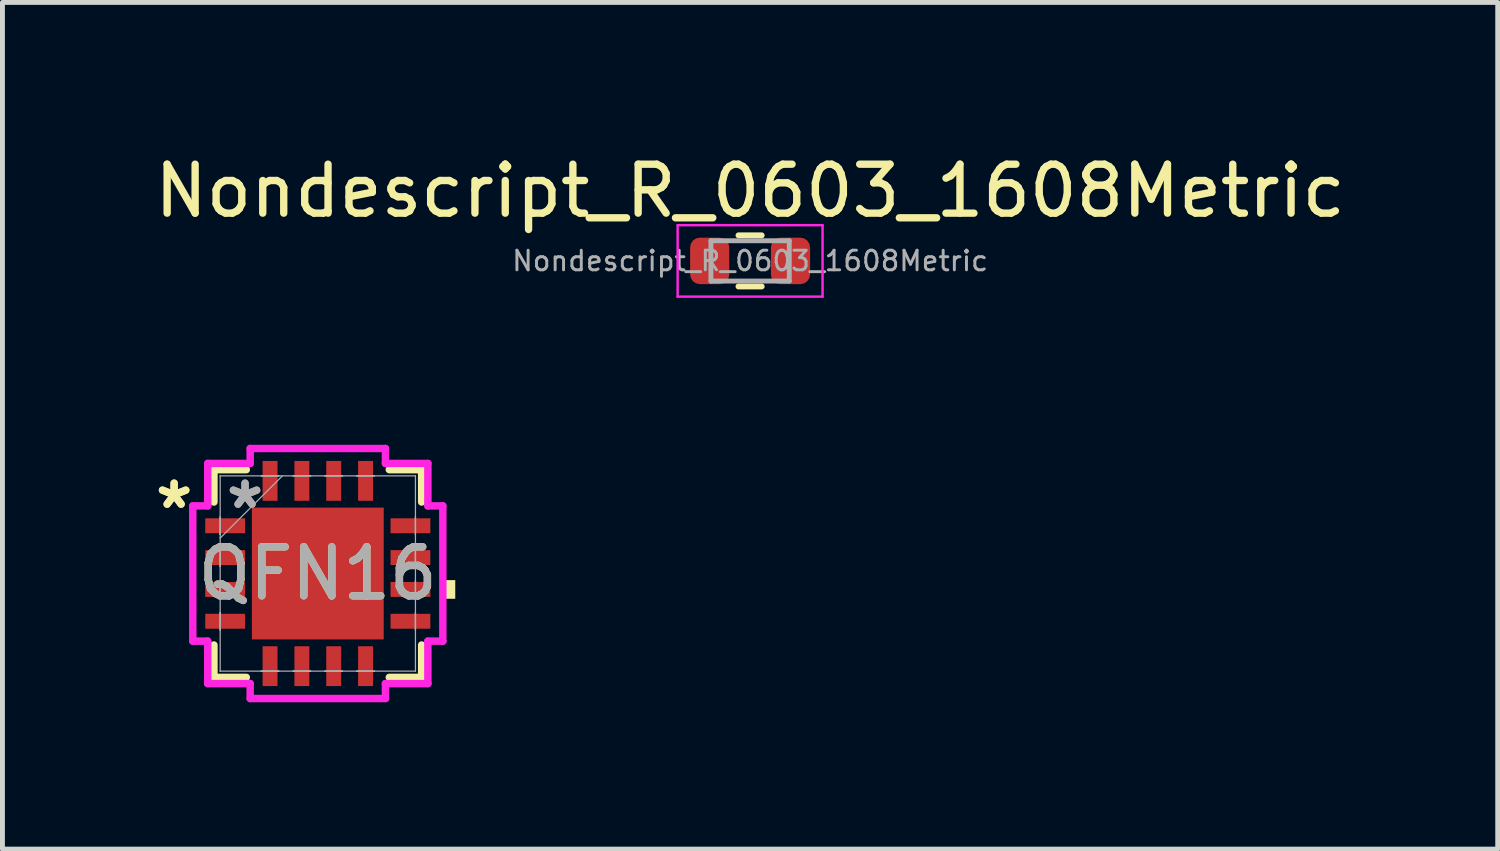
<source format=kicad_pcb>
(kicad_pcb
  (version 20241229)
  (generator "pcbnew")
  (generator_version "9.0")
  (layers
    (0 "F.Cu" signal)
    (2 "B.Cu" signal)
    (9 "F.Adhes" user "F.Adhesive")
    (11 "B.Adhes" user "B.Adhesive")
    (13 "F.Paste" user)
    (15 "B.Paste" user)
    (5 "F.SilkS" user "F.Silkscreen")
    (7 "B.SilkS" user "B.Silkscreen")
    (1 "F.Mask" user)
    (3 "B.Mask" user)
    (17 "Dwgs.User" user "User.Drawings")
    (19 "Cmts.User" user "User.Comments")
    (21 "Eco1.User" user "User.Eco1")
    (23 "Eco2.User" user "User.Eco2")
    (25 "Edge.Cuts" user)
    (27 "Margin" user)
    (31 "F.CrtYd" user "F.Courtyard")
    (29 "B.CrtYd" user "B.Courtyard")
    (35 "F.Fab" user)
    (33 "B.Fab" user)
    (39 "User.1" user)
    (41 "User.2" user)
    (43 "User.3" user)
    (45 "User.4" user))
  (footprint "QFN16"
    (layer "F.Cu")
    (at 3.44 8.662)
    (property "Reference" "QFN16" (at 0 0 0) (unlocked yes) (layer "F.SilkS") (effects (font (size 1 1) (thickness 0.15))))
    (attr smd)
    (fp_line (start -2.121 -2.121) (end -2.121 -1.46) (stroke (width 0.152) (type solid)) (layer "F.SilkS"))
    (fp_line (start -2.121 1.46) (end -2.121 2.121) (stroke (width 0.152) (type solid)) (layer "F.SilkS"))
    (fp_line (start -2.121 2.121) (end -1.46 2.121) (stroke (width 0.152) (type solid)) (layer "F.SilkS"))
    (fp_line (start -1.46 -2.121) (end -2.121 -2.121) (stroke (width 0.152) (type solid)) (layer "F.SilkS"))
    (fp_line (start 1.46 2.121) (end 2.121 2.121) (stroke (width 0.152) (type solid)) (layer "F.SilkS"))
    (fp_line (start 2.121 -2.121) (end 1.46 -2.121) (stroke (width 0.152) (type solid)) (layer "F.SilkS"))
    (fp_line (start 2.121 -1.46) (end 2.121 -2.121) (stroke (width 0.152) (type solid)) (layer "F.SilkS"))
    (fp_line (start 2.121 2.121) (end 2.121 1.46) (stroke (width 0.152) (type solid)) (layer "F.SilkS"))
    (fp_poly (pts (xy 2.807 0.135) (xy 2.807 0.516) (xy 2.553 0.516) (xy 2.553 0.135)) (stroke (width 0) (type solid)) (fill yes) (layer "F.SilkS"))
    (fp_poly (pts (xy -1.246 -1.246) (xy -1.246 -0.1) (xy -0.1 -0.1) (xy -0.1 -1.246)) (stroke (width 0) (type solid)) (fill yes) (layer "F.Paste"))
    (fp_poly (pts (xy -1.246 0.1) (xy -1.246 1.246) (xy -0.1 1.246) (xy -0.1 0.1)) (stroke (width 0) (type solid)) (fill yes) (layer "F.Paste"))
    (fp_poly (pts (xy 0.1 -1.246) (xy 0.1 -0.1) (xy 1.246 -0.1) (xy 1.246 -1.246)) (stroke (width 0) (type solid)) (fill yes) (layer "F.Paste"))
    (fp_poly (pts (xy 0.1 0.1) (xy 0.1 1.246) (xy 1.246 1.246) (xy 1.246 0.1)) (stroke (width 0) (type solid)) (fill yes) (layer "F.Paste"))
    (fp_line (start -2.553 -1.381) (end -2.248 -1.381) (stroke (width 0.152) (type solid)) (layer "F.CrtYd"))
    (fp_line (start -2.553 1.381) (end -2.553 -1.381) (stroke (width 0.152) (type solid)) (layer "F.CrtYd"))
    (fp_line (start -2.248 -2.248) (end -1.381 -2.248) (stroke (width 0.152) (type solid)) (layer "F.CrtYd"))
    (fp_line (start -2.248 -1.381) (end -2.248 -2.248) (stroke (width 0.152) (type solid)) (layer "F.CrtYd"))
    (fp_line (start -2.248 1.381) (end -2.553 1.381) (stroke (width 0.152) (type solid)) (layer "F.CrtYd"))
    (fp_line (start -2.248 2.248) (end -2.248 1.381) (stroke (width 0.152) (type solid)) (layer "F.CrtYd"))
    (fp_line (start -1.381 -2.553) (end 1.381 -2.553) (stroke (width 0.152) (type solid)) (layer "F.CrtYd"))
    (fp_line (start -1.381 -2.248) (end -1.381 -2.553) (stroke (width 0.152) (type solid)) (layer "F.CrtYd"))
    (fp_line (start -1.381 2.248) (end -2.248 2.248) (stroke (width 0.152) (type solid)) (layer "F.CrtYd"))
    (fp_line (start -1.381 2.553) (end -1.381 2.248) (stroke (width 0.152) (type solid)) (layer "F.CrtYd"))
    (fp_line (start 1.381 -2.553) (end 1.381 -2.248) (stroke (width 0.152) (type solid)) (layer "F.CrtYd"))
    (fp_line (start 1.381 -2.248) (end 2.248 -2.248) (stroke (width 0.152) (type solid)) (layer "F.CrtYd"))
    (fp_line (start 1.381 2.248) (end 1.381 2.553) (stroke (width 0.152) (type solid)) (layer "F.CrtYd"))
    (fp_line (start 1.381 2.553) (end -1.381 2.553) (stroke (width 0.152) (type solid)) (layer "F.CrtYd"))
    (fp_line (start 2.248 -2.248) (end 2.248 -1.381) (stroke (width 0.152) (type solid)) (layer "F.CrtYd"))
    (fp_line (start 2.248 -1.381) (end 2.553 -1.381) (stroke (width 0.152) (type solid)) (layer "F.CrtYd"))
    (fp_line (start 2.248 1.381) (end 2.248 2.248) (stroke (width 0.152) (type solid)) (layer "F.CrtYd"))
    (fp_line (start 2.248 2.248) (end 1.381 2.248) (stroke (width 0.152) (type solid)) (layer "F.CrtYd"))
    (fp_line (start 2.553 -1.381) (end 2.553 1.381) (stroke (width 0.152) (type solid)) (layer "F.CrtYd"))
    (fp_line (start 2.553 1.381) (end 2.248 1.381) (stroke (width 0.152) (type solid)) (layer "F.CrtYd"))
    (fp_line (start -1.994 -1.994) (end -1.994 -1.994) (stroke (width 0.025) (type solid)) (layer "F.Fab"))
    (fp_line (start -1.994 -1.994) (end -1.994 1.994) (stroke (width 0.025) (type solid)) (layer "F.Fab"))
    (fp_line (start -1.994 -1.153) (end -1.994 -1.153) (stroke (width 0.025) (type solid)) (layer "F.Fab"))
    (fp_line (start -1.994 -1.153) (end -1.994 -0.797) (stroke (width 0.025) (type solid)) (layer "F.Fab"))
    (fp_line (start -1.994 -0.797) (end -1.994 -1.153) (stroke (width 0.025) (type solid)) (layer "F.Fab"))
    (fp_line (start -1.994 -0.797) (end -1.994 -0.797) (stroke (width 0.025) (type solid)) (layer "F.Fab"))
    (fp_line (start -1.994 -0.724) (end -0.724 -1.994) (stroke (width 0.025) (type solid)) (layer "F.Fab"))
    (fp_line (start -1.994 -0.503) (end -1.994 -0.503) (stroke (width 0.025) (type solid)) (layer "F.Fab"))
    (fp_line (start -1.994 -0.503) (end -1.994 -0.147) (stroke (width 0.025) (type solid)) (layer "F.Fab"))
    (fp_line (start -1.994 -0.147) (end -1.994 -0.503) (stroke (width 0.025) (type solid)) (layer "F.Fab"))
    (fp_line (start -1.994 -0.147) (end -1.994 -0.147) (stroke (width 0.025) (type solid)) (layer "F.Fab"))
    (fp_line (start -1.994 0.147) (end -1.994 0.147) (stroke (width 0.025) (type solid)) (layer "F.Fab"))
    (fp_line (start -1.994 0.147) (end -1.994 0.503) (stroke (width 0.025) (type solid)) (layer "F.Fab"))
    (fp_line (start -1.994 0.503) (end -1.994 0.147) (stroke (width 0.025) (type solid)) (layer "F.Fab"))
    (fp_line (start -1.994 0.503) (end -1.994 0.503) (stroke (width 0.025) (type solid)) (layer "F.Fab"))
    (fp_line (start -1.994 0.797) (end -1.994 0.797) (stroke (width 0.025) (type solid)) (layer "F.Fab"))
    (fp_line (start -1.994 0.797) (end -1.994 1.153) (stroke (width 0.025) (type solid)) (layer "F.Fab"))
    (fp_line (start -1.994 1.153) (end -1.994 0.797) (stroke (width 0.025) (type solid)) (layer "F.Fab"))
    (fp_line (start -1.994 1.153) (end -1.994 1.153) (stroke (width 0.025) (type solid)) (layer "F.Fab"))
    (fp_line (start -1.994 1.994) (end -1.994 1.994) (stroke (width 0.025) (type solid)) (layer "F.Fab"))
    (fp_line (start -1.994 1.994) (end 1.994 1.994) (stroke (width 0.025) (type solid)) (layer "F.Fab"))
    (fp_line (start -1.153 -1.994) (end -1.153 -1.994) (stroke (width 0.025) (type solid)) (layer "F.Fab"))
    (fp_line (start -1.153 -1.994) (end -0.797 -1.994) (stroke (width 0.025) (type solid)) (layer "F.Fab"))
    (fp_line (start -1.153 1.994) (end -1.153 1.994) (stroke (width 0.025) (type solid)) (layer "F.Fab"))
    (fp_line (start -1.153 1.994) (end -0.797 1.994) (stroke (width 0.025) (type solid)) (layer "F.Fab"))
    (fp_line (start -0.797 -1.994) (end -1.153 -1.994) (stroke (width 0.025) (type solid)) (layer "F.Fab"))
    (fp_line (start -0.797 -1.994) (end -0.797 -1.994) (stroke (width 0.025) (type solid)) (layer "F.Fab"))
    (fp_line (start -0.797 1.994) (end -1.153 1.994) (stroke (width 0.025) (type solid)) (layer "F.Fab"))
    (fp_line (start -0.797 1.994) (end -0.797 1.994) (stroke (width 0.025) (type solid)) (layer "F.Fab"))
    (fp_line (start -0.503 -1.994) (end -0.503 -1.994) (stroke (width 0.025) (type solid)) (layer "F.Fab"))
    (fp_line (start -0.503 -1.994) (end -0.147 -1.994) (stroke (width 0.025) (type solid)) (layer "F.Fab"))
    (fp_line (start -0.503 1.994) (end -0.503 1.994) (stroke (width 0.025) (type solid)) (layer "F.Fab"))
    (fp_line (start -0.503 1.994) (end -0.147 1.994) (stroke (width 0.025) (type solid)) (layer "F.Fab"))
    (fp_line (start -0.147 -1.994) (end -0.503 -1.994) (stroke (width 0.025) (type solid)) (layer "F.Fab"))
    (fp_line (start -0.147 -1.994) (end -0.147 -1.994) (stroke (width 0.025) (type solid)) (layer "F.Fab"))
    (fp_line (start -0.147 1.994) (end -0.503 1.994) (stroke (width 0.025) (type solid)) (layer "F.Fab"))
    (fp_line (start -0.147 1.994) (end -0.147 1.994) (stroke (width 0.025) (type solid)) (layer "F.Fab"))
    (fp_line (start 0.147 -1.994) (end 0.147 -1.994) (stroke (width 0.025) (type solid)) (layer "F.Fab"))
    (fp_line (start 0.147 -1.994) (end 0.503 -1.994) (stroke (width 0.025) (type solid)) (layer "F.Fab"))
    (fp_line (start 0.147 1.994) (end 0.147 1.994) (stroke (width 0.025) (type solid)) (layer "F.Fab"))
    (fp_line (start 0.147 1.994) (end 0.503 1.994) (stroke (width 0.025) (type solid)) (layer "F.Fab"))
    (fp_line (start 0.503 -1.994) (end 0.147 -1.994) (stroke (width 0.025) (type solid)) (layer "F.Fab"))
    (fp_line (start 0.503 -1.994) (end 0.503 -1.994) (stroke (width 0.025) (type solid)) (layer "F.Fab"))
    (fp_line (start 0.503 1.994) (end 0.147 1.994) (stroke (width 0.025) (type solid)) (layer "F.Fab"))
    (fp_line (start 0.503 1.994) (end 0.503 1.994) (stroke (width 0.025) (type solid)) (layer "F.Fab"))
    (fp_line (start 0.797 -1.994) (end 0.797 -1.994) (stroke (width 0.025) (type solid)) (layer "F.Fab"))
    (fp_line (start 0.797 -1.994) (end 1.153 -1.994) (stroke (width 0.025) (type solid)) (layer "F.Fab"))
    (fp_line (start 0.797 1.994) (end 0.797 1.994) (stroke (width 0.025) (type solid)) (layer "F.Fab"))
    (fp_line (start 0.797 1.994) (end 1.153 1.994) (stroke (width 0.025) (type solid)) (layer "F.Fab"))
    (fp_line (start 1.153 -1.994) (end 0.797 -1.994) (stroke (width 0.025) (type solid)) (layer "F.Fab"))
    (fp_line (start 1.153 -1.994) (end 1.153 -1.994) (stroke (width 0.025) (type solid)) (layer "F.Fab"))
    (fp_line (start 1.153 1.994) (end 0.797 1.994) (stroke (width 0.025) (type solid)) (layer "F.Fab"))
    (fp_line (start 1.153 1.994) (end 1.153 1.994) (stroke (width 0.025) (type solid)) (layer "F.Fab"))
    (fp_line (start 1.994 -1.994) (end -1.994 -1.994) (stroke (width 0.025) (type solid)) (layer "F.Fab"))
    (fp_line (start 1.994 -1.994) (end 1.994 -1.994) (stroke (width 0.025) (type solid)) (layer "F.Fab"))
    (fp_line (start 1.994 -1.153) (end 1.994 -1.153) (stroke (width 0.025) (type solid)) (layer "F.Fab"))
    (fp_line (start 1.994 -1.153) (end 1.994 -0.797) (stroke (width 0.025) (type solid)) (layer "F.Fab"))
    (fp_line (start 1.994 -0.797) (end 1.994 -1.153) (stroke (width 0.025) (type solid)) (layer "F.Fab"))
    (fp_line (start 1.994 -0.797) (end 1.994 -0.797) (stroke (width 0.025) (type solid)) (layer "F.Fab"))
    (fp_line (start 1.994 -0.503) (end 1.994 -0.503) (stroke (width 0.025) (type solid)) (layer "F.Fab"))
    (fp_line (start 1.994 -0.503) (end 1.994 -0.147) (stroke (width 0.025) (type solid)) (layer "F.Fab"))
    (fp_line (start 1.994 -0.147) (end 1.994 -0.503) (stroke (width 0.025) (type solid)) (layer "F.Fab"))
    (fp_line (start 1.994 -0.147) (end 1.994 -0.147) (stroke (width 0.025) (type solid)) (layer "F.Fab"))
    (fp_line (start 1.994 0.147) (end 1.994 0.147) (stroke (width 0.025) (type solid)) (layer "F.Fab"))
    (fp_line (start 1.994 0.147) (end 1.994 0.503) (stroke (width 0.025) (type solid)) (layer "F.Fab"))
    (fp_line (start 1.994 0.503) (end 1.994 0.147) (stroke (width 0.025) (type solid)) (layer "F.Fab"))
    (fp_line (start 1.994 0.503) (end 1.994 0.503) (stroke (width 0.025) (type solid)) (layer "F.Fab"))
    (fp_line (start 1.994 0.797) (end 1.994 0.797) (stroke (width 0.025) (type solid)) (layer "F.Fab"))
    (fp_line (start 1.994 0.797) (end 1.994 1.153) (stroke (width 0.025) (type solid)) (layer "F.Fab"))
    (fp_line (start 1.994 1.153) (end 1.994 0.797) (stroke (width 0.025) (type solid)) (layer "F.Fab"))
    (fp_line (start 1.994 1.153) (end 1.994 1.153) (stroke (width 0.025) (type solid)) (layer "F.Fab"))
    (fp_line (start 1.994 1.994) (end 1.994 -1.994) (stroke (width 0.025) (type solid)) (layer "F.Fab"))
    (fp_line (start 1.994 1.994) (end 1.994 1.994) (stroke (width 0.025) (type solid)) (layer "F.Fab"))
    (fp_text user "*" (at -2.934 -1.3 0) (unlocked yes) (layer "F.SilkS") (effects (font (size 1 1) (thickness 0.15))))
    (fp_text user "*" (at -2.934 -1.3 0) (layer "F.SilkS") (effects (font (size 1 1) (thickness 0.15))))
    (fp_text user "*" (at -1.486 -1.3 0) (layer "F.Fab") (effects (font (size 1 1) (thickness 0.15))))
    (fp_text user "*" (at -1.486 -1.3 0) (unlocked yes) (layer "F.Fab") (effects (font (size 1 1) (thickness 0.15))))
    (fp_text user "${REFERENCE}" (at 0 0 0) (unlocked yes) (layer "F.Fab") (effects (font (size 1 1) (thickness 0.15))))
    (pad "1" smd rect (at -1.892 -0.975 90) (size 0.305 0.813) (layers "F.Cu" "F.Mask" "F.Paste"))
    (pad "2" smd rect (at -1.892 -0.325 90) (size 0.305 0.813) (layers "F.Cu" "F.Mask" "F.Paste"))
    (pad "3" smd rect (at -1.892 0.325 90) (size 0.305 0.813) (layers "F.Cu" "F.Mask" "F.Paste"))
    (pad "4" smd rect (at -1.892 0.975 90) (size 0.305 0.813) (layers "F.Cu" "F.Mask" "F.Paste"))
    (pad "5" smd rect (at -0.975 1.892) (size 0.305 0.813) (layers "F.Cu" "F.Mask" "F.Paste"))
    (pad "6" smd rect (at -0.325 1.892) (size 0.305 0.813) (layers "F.Cu" "F.Mask" "F.Paste"))
    (pad "7" smd rect (at 0.325 1.892) (size 0.305 0.813) (layers "F.Cu" "F.Mask" "F.Paste"))
    (pad "8" smd rect (at 0.975 1.892) (size 0.305 0.813) (layers "F.Cu" "F.Mask" "F.Paste"))
    (pad "9" smd rect (at 1.892 0.975 90) (size 0.305 0.813) (layers "F.Cu" "F.Mask" "F.Paste"))
    (pad "10" smd rect (at 1.892 0.325 90) (size 0.305 0.813) (layers "F.Cu" "F.Mask" "F.Paste"))
    (pad "11" smd rect (at 1.892 -0.325 90) (size 0.305 0.813) (layers "F.Cu" "F.Mask" "F.Paste"))
    (pad "12" smd rect (at 1.892 -0.975 90) (size 0.305 0.813) (layers "F.Cu" "F.Mask" "F.Paste"))
    (pad "13" smd rect (at 0.975 -1.892) (size 0.305 0.813) (layers "F.Cu" "F.Mask" "F.Paste"))
    (pad "14" smd rect (at 0.325 -1.892) (size 0.305 0.813) (layers "F.Cu" "F.Mask" "F.Paste"))
    (pad "15" smd rect (at -0.325 -1.892) (size 0.305 0.813) (layers "F.Cu" "F.Mask" "F.Paste"))
    (pad "16" smd rect (at -0.975 -1.892) (size 0.305 0.813) (layers "F.Cu" "F.Mask" "F.Paste"))
    (pad "17" smd rect (at 0 0) (size 2.692 2.692) (layers "F.Cu" "F.Mask" "F.Paste")))
  (footprint "Nondescript_R_0603_1608Metric"
    (layer "F.Cu")
    (at 12.268 2.278)
    (property "Reference" "Nondescript_R_0603_1608Metric" (at 0 -1.43 0) (layer "F.SilkS") (effects (font (size 1 1) (thickness 0.15))))
    (attr smd)
    (fp_line (start -0.237 -0.522) (end 0.237 -0.522) (stroke (width 0.12) (type solid)) (layer "F.SilkS"))
    (fp_line (start -0.237 0.522) (end 0.237 0.522) (stroke (width 0.12) (type solid)) (layer "F.SilkS"))
    (fp_line (start -1.48 -0.73) (end 1.48 -0.73) (stroke (width 0.05) (type solid)) (layer "F.CrtYd"))
    (fp_line (start -1.48 0.73) (end -1.48 -0.73) (stroke (width 0.05) (type solid)) (layer "F.CrtYd"))
    (fp_line (start 1.48 -0.73) (end 1.48 0.73) (stroke (width 0.05) (type solid)) (layer "F.CrtYd"))
    (fp_line (start 1.48 0.73) (end -1.48 0.73) (stroke (width 0.05) (type solid)) (layer "F.CrtYd"))
    (fp_line (start -0.8 -0.412) (end 0.8 -0.412) (stroke (width 0.1) (type solid)) (layer "F.Fab"))
    (fp_line (start -0.8 0.412) (end -0.8 -0.412) (stroke (width 0.1) (type solid)) (layer "F.Fab"))
    (fp_line (start 0.8 -0.412) (end 0.8 0.412) (stroke (width 0.1) (type solid)) (layer "F.Fab"))
    (fp_line (start 0.8 0.412) (end -0.8 0.412) (stroke (width 0.1) (type solid)) (layer "F.Fab"))
    (fp_text user "${REFERENCE}" (at 0 0 0) (layer "F.Fab") (effects (font (size 0.4 0.4) (thickness 0.06))))
    (pad "1" smd roundrect (at -0.825 0) (size 0.8 0.95) (layers "F.Cu" "F.Mask" "F.Paste") (roundrect_rratio 0.25))
    (pad "2" smd roundrect (at 0.825 0) (size 0.8 0.95) (layers "F.Cu" "F.Mask" "F.Paste") (roundrect_rratio 0.25)))
  (gr_rect
    (start -3 -3)
    (end 27.536 14.291)
    (stroke (width 0.1) (type default))
    (fill no)
    (layer "Edge.Cuts")))
</source>
